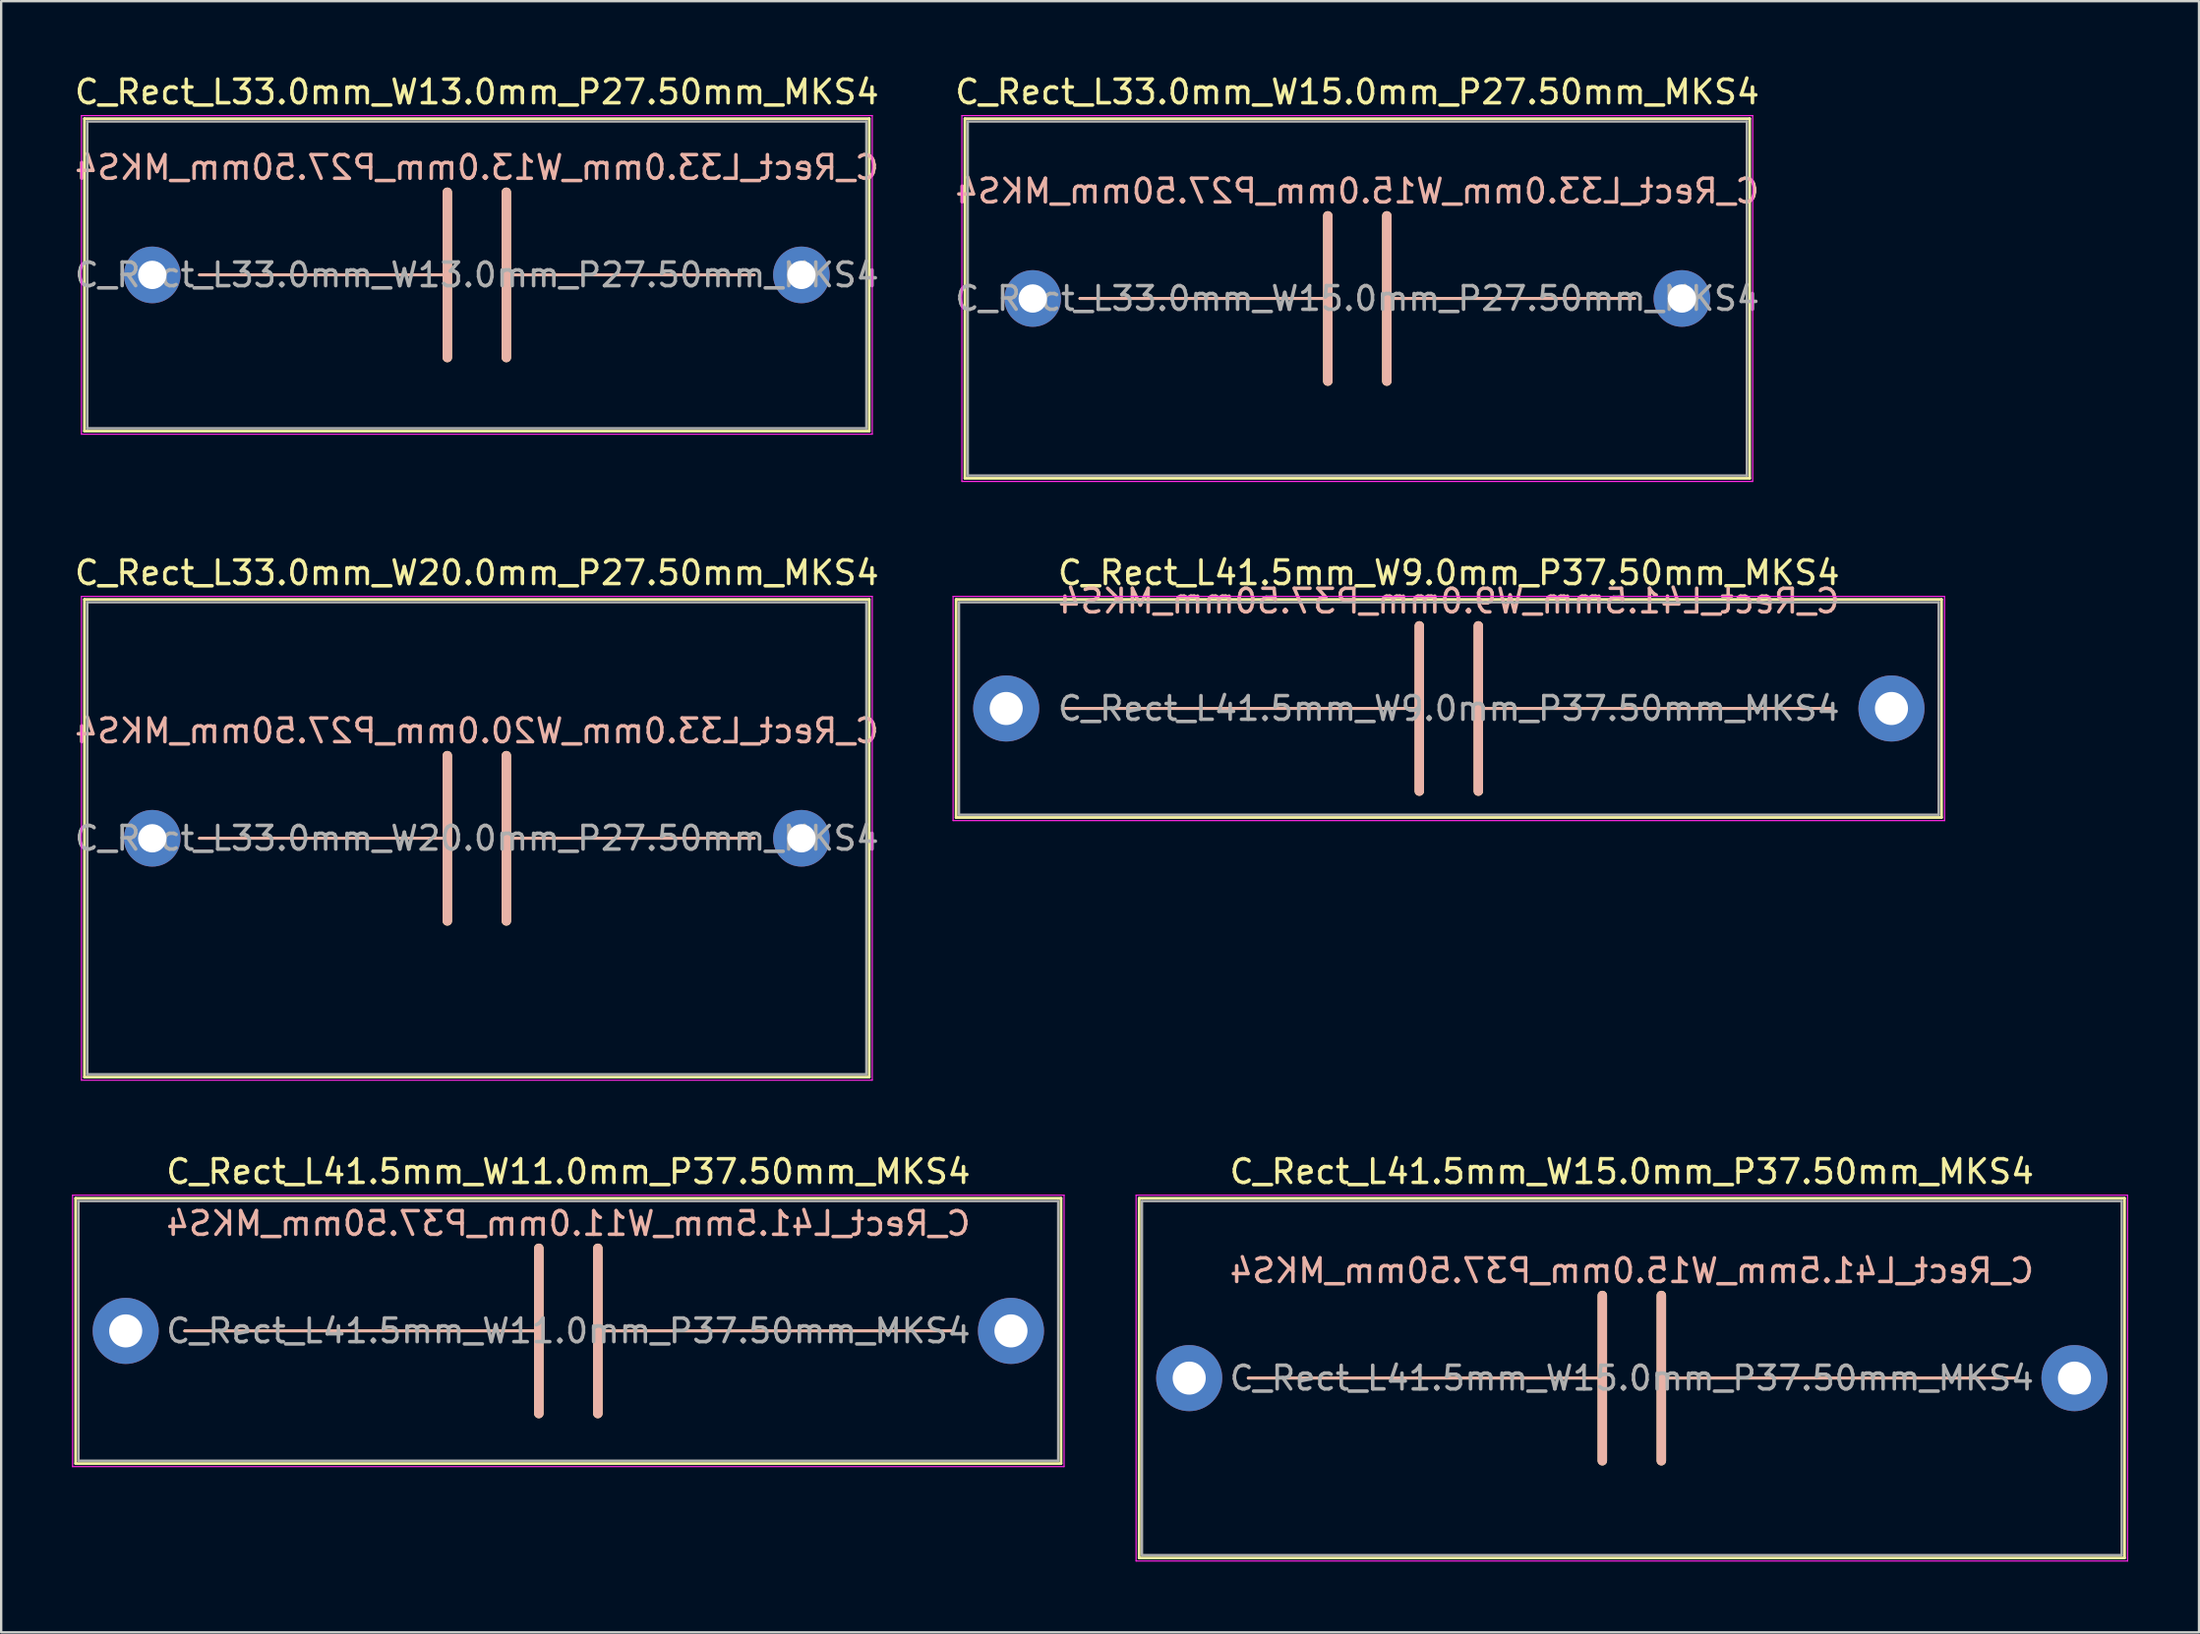
<source format=kicad_pcb>
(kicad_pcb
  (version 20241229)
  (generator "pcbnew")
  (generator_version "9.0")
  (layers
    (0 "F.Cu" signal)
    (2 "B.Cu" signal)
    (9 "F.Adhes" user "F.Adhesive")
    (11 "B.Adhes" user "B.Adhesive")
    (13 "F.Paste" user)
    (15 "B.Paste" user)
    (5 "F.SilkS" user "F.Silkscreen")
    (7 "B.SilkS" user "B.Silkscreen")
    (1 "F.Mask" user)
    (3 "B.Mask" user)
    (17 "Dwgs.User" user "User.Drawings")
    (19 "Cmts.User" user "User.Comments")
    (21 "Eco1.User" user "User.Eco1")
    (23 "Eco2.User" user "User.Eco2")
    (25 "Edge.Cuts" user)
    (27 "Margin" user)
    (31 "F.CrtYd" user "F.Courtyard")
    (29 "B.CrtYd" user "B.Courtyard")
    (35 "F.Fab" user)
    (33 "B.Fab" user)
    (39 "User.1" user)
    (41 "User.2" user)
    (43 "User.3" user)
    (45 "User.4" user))
  (footprint "C_Rect_L33.0mm_W20.0mm_P27.50mm_MKS4"
    (layer "F.Cu")
    (at 3.399 32.471)
    (property "Reference" "C_Rect_L33.0mm_W20.0mm_P27.50mm_MKS4" (at 13.75 -11.25 0) (layer "F.SilkS") (effects (font (size 1 1) (thickness 0.15))))
    (fp_line (start -2.87 -10.12) (end -2.87 10.12) (stroke (width 0.12) (type solid)) (layer "F.SilkS"))
    (fp_line (start -2.87 -10.12) (end 30.37 -10.12) (stroke (width 0.12) (type solid)) (layer "F.SilkS"))
    (fp_line (start -2.87 10.12) (end 30.37 10.12) (stroke (width 0.12) (type solid)) (layer "F.SilkS"))
    (fp_line (start 2 0) (end 12.5 0) (stroke (width 0.12) (type solid)) (layer "F.SilkS"))
    (fp_line (start 12.5 -3.5) (end 12.5 3.5) (stroke (width 0.4) (type solid)) (layer "F.SilkS"))
    (fp_line (start 15 -3.5) (end 15 3.5) (stroke (width 0.4) (type solid)) (layer "F.SilkS"))
    (fp_line (start 15 0) (end 25.5 0) (stroke (width 0.12) (type solid)) (layer "F.SilkS"))
    (fp_line (start 30.37 -10.12) (end 30.37 10.12) (stroke (width 0.12) (type solid)) (layer "F.SilkS"))
    (fp_line (start 2 0) (end 12.5 0) (stroke (width 0.12) (type solid)) (layer "B.SilkS"))
    (fp_line (start 12.5 3.5) (end 12.5 -3.5) (stroke (width 0.4) (type solid)) (layer "B.SilkS"))
    (fp_line (start 15 0) (end 25.5 0) (stroke (width 0.12) (type solid)) (layer "B.SilkS"))
    (fp_line (start 15 3.5) (end 15 -3.5) (stroke (width 0.4) (type solid)) (layer "B.SilkS"))
    (fp_line (start -3 -10.25) (end -3 10.25) (stroke (width 0.05) (type solid)) (layer "F.CrtYd"))
    (fp_line (start -3 10.25) (end 30.5 10.25) (stroke (width 0.05) (type solid)) (layer "F.CrtYd"))
    (fp_line (start 30.5 -10.25) (end -3 -10.25) (stroke (width 0.05) (type solid)) (layer "F.CrtYd"))
    (fp_line (start 30.5 10.25) (end 30.5 -10.25) (stroke (width 0.05) (type solid)) (layer "F.CrtYd"))
    (fp_line (start -2.75 -10) (end -2.75 10) (stroke (width 0.1) (type solid)) (layer "F.Fab"))
    (fp_line (start -2.75 10) (end 30.25 10) (stroke (width 0.1) (type solid)) (layer "F.Fab"))
    (fp_line (start 30.25 -10) (end -2.75 -10) (stroke (width 0.1) (type solid)) (layer "F.Fab"))
    (fp_line (start 30.25 10) (end 30.25 -10) (stroke (width 0.1) (type solid)) (layer "F.Fab"))
    (fp_text user "${REFERENCE}" (at 13.75 -4.55 0) (layer "B.SilkS") (effects (font (size 1 1) (thickness 0.15)) (justify mirror)))
    (fp_text user "${REFERENCE}" (at 13.75 0 0) (layer "F.Fab") (effects (font (size 1 1) (thickness 0.15))))
    (pad "1" thru_hole circle (at 0 0) (size 2.4 2.4) (drill 1.2) (layers "*.Cu" "*.Mask"))
    (pad "2" thru_hole circle (at 27.5 0) (size 2.4 2.4) (drill 1.2) (layers "*.Cu" "*.Mask")))
  (footprint "C_Rect_L41.5mm_W11.0mm_P37.50mm_MKS4"
    (layer "F.Cu")
    (at 2.275 53.345)
    (property "Reference" "C_Rect_L41.5mm_W11.0mm_P37.50mm_MKS4" (at 18.75 -6.75 0) (layer "F.SilkS") (effects (font (size 1 1) (thickness 0.15))))
    (fp_line (start -2.12 -5.62) (end -2.12 5.62) (stroke (width 0.12) (type solid)) (layer "F.SilkS"))
    (fp_line (start -2.12 -5.62) (end 39.62 -5.62) (stroke (width 0.12) (type solid)) (layer "F.SilkS"))
    (fp_line (start -2.12 5.62) (end 39.62 5.62) (stroke (width 0.12) (type solid)) (layer "F.SilkS"))
    (fp_line (start 2.5 0) (end 17.5 0) (stroke (width 0.12) (type solid)) (layer "F.SilkS"))
    (fp_line (start 17.5 -3.5) (end 17.5 3.5) (stroke (width 0.4) (type solid)) (layer "F.SilkS"))
    (fp_line (start 20 -3.5) (end 20 3.5) (stroke (width 0.4) (type solid)) (layer "F.SilkS"))
    (fp_line (start 20 0) (end 35 0) (stroke (width 0.12) (type solid)) (layer "F.SilkS"))
    (fp_line (start 39.62 -5.62) (end 39.62 5.62) (stroke (width 0.12) (type solid)) (layer "F.SilkS"))
    (fp_line (start 2.5 0) (end 17.5 0) (stroke (width 0.12) (type solid)) (layer "B.SilkS"))
    (fp_line (start 17.5 3.5) (end 17.5 -3.5) (stroke (width 0.4) (type solid)) (layer "B.SilkS"))
    (fp_line (start 20 0) (end 35 0) (stroke (width 0.12) (type solid)) (layer "B.SilkS"))
    (fp_line (start 20 3.5) (end 20 -3.5) (stroke (width 0.4) (type solid)) (layer "B.SilkS"))
    (fp_line (start -2.25 -5.75) (end -2.25 5.75) (stroke (width 0.05) (type solid)) (layer "F.CrtYd"))
    (fp_line (start -2.25 5.75) (end 39.75 5.75) (stroke (width 0.05) (type solid)) (layer "F.CrtYd"))
    (fp_line (start 39.75 -5.75) (end -2.25 -5.75) (stroke (width 0.05) (type solid)) (layer "F.CrtYd"))
    (fp_line (start 39.75 5.75) (end 39.75 -5.75) (stroke (width 0.05) (type solid)) (layer "F.CrtYd"))
    (fp_line (start -2 -5.5) (end -2 5.5) (stroke (width 0.1) (type solid)) (layer "F.Fab"))
    (fp_line (start -2 5.5) (end 39.5 5.5) (stroke (width 0.1) (type solid)) (layer "F.Fab"))
    (fp_line (start 39.5 -5.5) (end -2 -5.5) (stroke (width 0.1) (type solid)) (layer "F.Fab"))
    (fp_line (start 39.5 5.5) (end 39.5 -5.5) (stroke (width 0.1) (type solid)) (layer "F.Fab"))
    (fp_text user "${REFERENCE}" (at 18.75 -4.55 0) (layer "B.SilkS") (effects (font (size 1 1) (thickness 0.15)) (justify mirror)))
    (fp_text user "${REFERENCE}" (at 18.75 0 0) (layer "F.Fab") (effects (font (size 1 1) (thickness 0.15))))
    (pad "1" thru_hole circle (at 0 0) (size 2.8 2.8) (drill 1.4) (layers "*.Cu" "*.Mask"))
    (pad "2" thru_hole circle (at 37.5 0) (size 2.8 2.8) (drill 1.4) (layers "*.Cu" "*.Mask")))
  (footprint "C_Rect_L41.5mm_W15.0mm_P37.50mm_MKS4"
    (layer "F.Cu")
    (at 47.325 55.345)
    (property "Reference" "C_Rect_L41.5mm_W15.0mm_P37.50mm_MKS4" (at 18.75 -8.75 0) (layer "F.SilkS") (effects (font (size 1 1) (thickness 0.15))))
    (fp_line (start -2.12 -7.62) (end -2.12 7.62) (stroke (width 0.12) (type solid)) (layer "F.SilkS"))
    (fp_line (start -2.12 -7.62) (end 39.62 -7.62) (stroke (width 0.12) (type solid)) (layer "F.SilkS"))
    (fp_line (start -2.12 7.62) (end 39.62 7.62) (stroke (width 0.12) (type solid)) (layer "F.SilkS"))
    (fp_line (start 2.5 0) (end 17.5 0) (stroke (width 0.12) (type solid)) (layer "F.SilkS"))
    (fp_line (start 17.5 -3.5) (end 17.5 3.5) (stroke (width 0.4) (type solid)) (layer "F.SilkS"))
    (fp_line (start 20 -3.5) (end 20 3.5) (stroke (width 0.4) (type solid)) (layer "F.SilkS"))
    (fp_line (start 20 0) (end 35 0) (stroke (width 0.12) (type solid)) (layer "F.SilkS"))
    (fp_line (start 39.62 -7.62) (end 39.62 7.62) (stroke (width 0.12) (type solid)) (layer "F.SilkS"))
    (fp_line (start 2.5 0) (end 17.5 0) (stroke (width 0.12) (type solid)) (layer "B.SilkS"))
    (fp_line (start 17.5 3.5) (end 17.5 -3.5) (stroke (width 0.4) (type solid)) (layer "B.SilkS"))
    (fp_line (start 20 0) (end 35 0) (stroke (width 0.12) (type solid)) (layer "B.SilkS"))
    (fp_line (start 20 3.5) (end 20 -3.5) (stroke (width 0.4) (type solid)) (layer "B.SilkS"))
    (fp_line (start -2.25 -7.75) (end -2.25 7.75) (stroke (width 0.05) (type solid)) (layer "F.CrtYd"))
    (fp_line (start -2.25 7.75) (end 39.75 7.75) (stroke (width 0.05) (type solid)) (layer "F.CrtYd"))
    (fp_line (start 39.75 -7.75) (end -2.25 -7.75) (stroke (width 0.05) (type solid)) (layer "F.CrtYd"))
    (fp_line (start 39.75 7.75) (end 39.75 -7.75) (stroke (width 0.05) (type solid)) (layer "F.CrtYd"))
    (fp_line (start -2 -7.5) (end -2 7.5) (stroke (width 0.1) (type solid)) (layer "F.Fab"))
    (fp_line (start -2 7.5) (end 39.5 7.5) (stroke (width 0.1) (type solid)) (layer "F.Fab"))
    (fp_line (start 39.5 -7.5) (end -2 -7.5) (stroke (width 0.1) (type solid)) (layer "F.Fab"))
    (fp_line (start 39.5 7.5) (end 39.5 -7.5) (stroke (width 0.1) (type solid)) (layer "F.Fab"))
    (fp_text user "${REFERENCE}" (at 18.75 -4.55 0) (layer "B.SilkS") (effects (font (size 1 1) (thickness 0.15)) (justify mirror)))
    (fp_text user "${REFERENCE}" (at 18.75 0 0) (layer "F.Fab") (effects (font (size 1 1) (thickness 0.15))))
    (pad "1" thru_hole circle (at 0 0) (size 2.8 2.8) (drill 1.4) (layers "*.Cu" "*.Mask"))
    (pad "2" thru_hole circle (at 37.5 0) (size 2.8 2.8) (drill 1.4) (layers "*.Cu" "*.Mask")))
  (footprint "C_Rect_L41.5mm_W9.0mm_P37.50mm_MKS4"
    (layer "F.Cu")
    (at 39.573 26.971)
    (property "Reference" "C_Rect_L41.5mm_W9.0mm_P37.50mm_MKS4" (at 18.75 -5.75 0) (layer "F.SilkS") (effects (font (size 1 1) (thickness 0.15))))
    (fp_line (start -2.12 -4.62) (end -2.12 4.62) (stroke (width 0.12) (type solid)) (layer "F.SilkS"))
    (fp_line (start -2.12 -4.62) (end 39.62 -4.62) (stroke (width 0.12) (type solid)) (layer "F.SilkS"))
    (fp_line (start -2.12 4.62) (end 39.62 4.62) (stroke (width 0.12) (type solid)) (layer "F.SilkS"))
    (fp_line (start 2.5 0) (end 17.5 0) (stroke (width 0.12) (type solid)) (layer "F.SilkS"))
    (fp_line (start 17.5 -3.5) (end 17.5 3.5) (stroke (width 0.4) (type solid)) (layer "F.SilkS"))
    (fp_line (start 20 -3.5) (end 20 3.5) (stroke (width 0.4) (type solid)) (layer "F.SilkS"))
    (fp_line (start 20 0) (end 35 0) (stroke (width 0.12) (type solid)) (layer "F.SilkS"))
    (fp_line (start 39.62 -4.62) (end 39.62 4.62) (stroke (width 0.12) (type solid)) (layer "F.SilkS"))
    (fp_line (start 2.5 0) (end 17.5 0) (stroke (width 0.12) (type solid)) (layer "B.SilkS"))
    (fp_line (start 17.5 3.5) (end 17.5 -3.5) (stroke (width 0.4) (type solid)) (layer "B.SilkS"))
    (fp_line (start 20 0) (end 35 0) (stroke (width 0.12) (type solid)) (layer "B.SilkS"))
    (fp_line (start 20 3.5) (end 20 -3.5) (stroke (width 0.4) (type solid)) (layer "B.SilkS"))
    (fp_line (start -2.25 -4.75) (end -2.25 4.75) (stroke (width 0.05) (type solid)) (layer "F.CrtYd"))
    (fp_line (start -2.25 4.75) (end 39.75 4.75) (stroke (width 0.05) (type solid)) (layer "F.CrtYd"))
    (fp_line (start 39.75 -4.75) (end -2.25 -4.75) (stroke (width 0.05) (type solid)) (layer "F.CrtYd"))
    (fp_line (start 39.75 4.75) (end 39.75 -4.75) (stroke (width 0.05) (type solid)) (layer "F.CrtYd"))
    (fp_line (start -2 -4.5) (end -2 4.5) (stroke (width 0.1) (type solid)) (layer "F.Fab"))
    (fp_line (start -2 4.5) (end 39.5 4.5) (stroke (width 0.1) (type solid)) (layer "F.Fab"))
    (fp_line (start 39.5 -4.5) (end -2 -4.5) (stroke (width 0.1) (type solid)) (layer "F.Fab"))
    (fp_line (start 39.5 4.5) (end 39.5 -4.5) (stroke (width 0.1) (type solid)) (layer "F.Fab"))
    (fp_text user "${REFERENCE}" (at 18.75 -4.55 0) (layer "B.SilkS") (effects (font (size 1 1) (thickness 0.15)) (justify mirror)))
    (fp_text user "${REFERENCE}" (at 18.75 0 0) (layer "F.Fab") (effects (font (size 1 1) (thickness 0.15))))
    (pad "1" thru_hole circle (at 0 0) (size 2.8 2.8) (drill 1.4) (layers "*.Cu" "*.Mask"))
    (pad "2" thru_hole circle (at 37.5 0) (size 2.8 2.8) (drill 1.4) (layers "*.Cu" "*.Mask")))
  (footprint "C_Rect_L33.0mm_W13.0mm_P27.50mm_MKS4"
    (layer "F.Cu")
    (at 3.399 8.598)
    (property "Reference" "C_Rect_L33.0mm_W13.0mm_P27.50mm_MKS4" (at 13.75 -7.75 0) (layer "F.SilkS") (effects (font (size 1 1) (thickness 0.15))))
    (fp_line (start -2.87 -6.62) (end -2.87 6.62) (stroke (width 0.12) (type solid)) (layer "F.SilkS"))
    (fp_line (start -2.87 -6.62) (end 30.37 -6.62) (stroke (width 0.12) (type solid)) (layer "F.SilkS"))
    (fp_line (start -2.87 6.62) (end 30.37 6.62) (stroke (width 0.12) (type solid)) (layer "F.SilkS"))
    (fp_line (start 2 0) (end 12.5 0) (stroke (width 0.12) (type solid)) (layer "F.SilkS"))
    (fp_line (start 12.5 -3.5) (end 12.5 3.5) (stroke (width 0.4) (type solid)) (layer "F.SilkS"))
    (fp_line (start 15 -3.5) (end 15 3.5) (stroke (width 0.4) (type solid)) (layer "F.SilkS"))
    (fp_line (start 15 0) (end 25.5 0) (stroke (width 0.12) (type solid)) (layer "F.SilkS"))
    (fp_line (start 30.37 -6.62) (end 30.37 6.62) (stroke (width 0.12) (type solid)) (layer "F.SilkS"))
    (fp_line (start 2 0) (end 12.5 0) (stroke (width 0.12) (type solid)) (layer "B.SilkS"))
    (fp_line (start 12.5 3.5) (end 12.5 -3.5) (stroke (width 0.4) (type solid)) (layer "B.SilkS"))
    (fp_line (start 15 0) (end 25.5 0) (stroke (width 0.12) (type solid)) (layer "B.SilkS"))
    (fp_line (start 15 3.5) (end 15 -3.5) (stroke (width 0.4) (type solid)) (layer "B.SilkS"))
    (fp_line (start -3 -6.75) (end -3 6.75) (stroke (width 0.05) (type solid)) (layer "F.CrtYd"))
    (fp_line (start -3 6.75) (end 30.5 6.75) (stroke (width 0.05) (type solid)) (layer "F.CrtYd"))
    (fp_line (start 30.5 -6.75) (end -3 -6.75) (stroke (width 0.05) (type solid)) (layer "F.CrtYd"))
    (fp_line (start 30.5 6.75) (end 30.5 -6.75) (stroke (width 0.05) (type solid)) (layer "F.CrtYd"))
    (fp_line (start -2.75 -6.5) (end -2.75 6.5) (stroke (width 0.1) (type solid)) (layer "F.Fab"))
    (fp_line (start -2.75 6.5) (end 30.25 6.5) (stroke (width 0.1) (type solid)) (layer "F.Fab"))
    (fp_line (start 30.25 -6.5) (end -2.75 -6.5) (stroke (width 0.1) (type solid)) (layer "F.Fab"))
    (fp_line (start 30.25 6.5) (end 30.25 -6.5) (stroke (width 0.1) (type solid)) (layer "F.Fab"))
    (fp_text user "${REFERENCE}" (at 13.75 -4.55 0) (layer "B.SilkS") (effects (font (size 1 1) (thickness 0.15)) (justify mirror)))
    (fp_text user "${REFERENCE}" (at 13.75 0 0) (layer "F.Fab") (effects (font (size 1 1) (thickness 0.15))))
    (pad "1" thru_hole circle (at 0 0) (size 2.4 2.4) (drill 1.2) (layers "*.Cu" "*.Mask"))
    (pad "2" thru_hole circle (at 27.5 0) (size 2.4 2.4) (drill 1.2) (layers "*.Cu" "*.Mask")))
  (footprint "C_Rect_L33.0mm_W15.0mm_P27.50mm_MKS4"
    (layer "F.Cu")
    (at 40.696 9.598)
    (property "Reference" "C_Rect_L33.0mm_W15.0mm_P27.50mm_MKS4" (at 13.75 -8.75 0) (layer "F.SilkS") (effects (font (size 1 1) (thickness 0.15))))
    (fp_line (start -2.87 -7.62) (end -2.87 7.62) (stroke (width 0.12) (type solid)) (layer "F.SilkS"))
    (fp_line (start -2.87 -7.62) (end 30.37 -7.62) (stroke (width 0.12) (type solid)) (layer "F.SilkS"))
    (fp_line (start -2.87 7.62) (end 30.37 7.62) (stroke (width 0.12) (type solid)) (layer "F.SilkS"))
    (fp_line (start 2 0) (end 12.5 0) (stroke (width 0.12) (type solid)) (layer "F.SilkS"))
    (fp_line (start 12.5 -3.5) (end 12.5 3.5) (stroke (width 0.4) (type solid)) (layer "F.SilkS"))
    (fp_line (start 15 -3.5) (end 15 3.5) (stroke (width 0.4) (type solid)) (layer "F.SilkS"))
    (fp_line (start 15 0) (end 25.5 0) (stroke (width 0.12) (type solid)) (layer "F.SilkS"))
    (fp_line (start 30.37 -7.62) (end 30.37 7.62) (stroke (width 0.12) (type solid)) (layer "F.SilkS"))
    (fp_line (start 2 0) (end 12.5 0) (stroke (width 0.12) (type solid)) (layer "B.SilkS"))
    (fp_line (start 12.5 3.5) (end 12.5 -3.5) (stroke (width 0.4) (type solid)) (layer "B.SilkS"))
    (fp_line (start 15 0) (end 25.5 0) (stroke (width 0.12) (type solid)) (layer "B.SilkS"))
    (fp_line (start 15 3.5) (end 15 -3.5) (stroke (width 0.4) (type solid)) (layer "B.SilkS"))
    (fp_line (start -3 -7.75) (end -3 7.75) (stroke (width 0.05) (type solid)) (layer "F.CrtYd"))
    (fp_line (start -3 7.75) (end 30.5 7.75) (stroke (width 0.05) (type solid)) (layer "F.CrtYd"))
    (fp_line (start 30.5 -7.75) (end -3 -7.75) (stroke (width 0.05) (type solid)) (layer "F.CrtYd"))
    (fp_line (start 30.5 7.75) (end 30.5 -7.75) (stroke (width 0.05) (type solid)) (layer "F.CrtYd"))
    (fp_line (start -2.75 -7.5) (end -2.75 7.5) (stroke (width 0.1) (type solid)) (layer "F.Fab"))
    (fp_line (start -2.75 7.5) (end 30.25 7.5) (stroke (width 0.1) (type solid)) (layer "F.Fab"))
    (fp_line (start 30.25 -7.5) (end -2.75 -7.5) (stroke (width 0.1) (type solid)) (layer "F.Fab"))
    (fp_line (start 30.25 7.5) (end 30.25 -7.5) (stroke (width 0.1) (type solid)) (layer "F.Fab"))
    (fp_text user "${REFERENCE}" (at 13.75 -4.55 0) (layer "B.SilkS") (effects (font (size 1 1) (thickness 0.15)) (justify mirror)))
    (fp_text user "${REFERENCE}" (at 13.75 0 0) (layer "F.Fab") (effects (font (size 1 1) (thickness 0.15))))
    (pad "1" thru_hole circle (at 0 0) (size 2.4 2.4) (drill 1.2) (layers "*.Cu" "*.Mask"))
    (pad "2" thru_hole circle (at 27.5 0) (size 2.4 2.4) (drill 1.2) (layers "*.Cu" "*.Mask")))
  (gr_rect
    (start -3 -3)
    (end 90.1 66.12)
    (stroke (width 0.1) (type default))
    (fill no)
    (layer "Edge.Cuts")))
</source>
